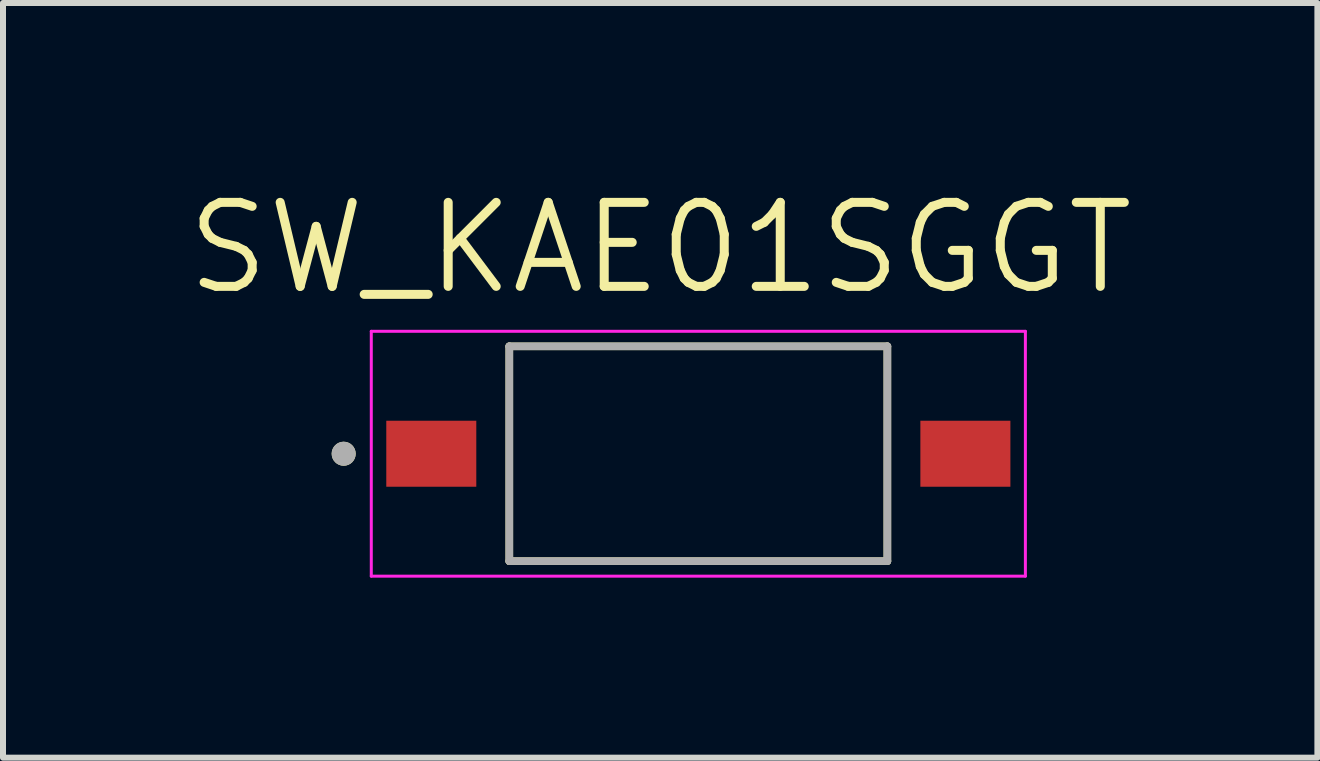
<source format=kicad_pcb>
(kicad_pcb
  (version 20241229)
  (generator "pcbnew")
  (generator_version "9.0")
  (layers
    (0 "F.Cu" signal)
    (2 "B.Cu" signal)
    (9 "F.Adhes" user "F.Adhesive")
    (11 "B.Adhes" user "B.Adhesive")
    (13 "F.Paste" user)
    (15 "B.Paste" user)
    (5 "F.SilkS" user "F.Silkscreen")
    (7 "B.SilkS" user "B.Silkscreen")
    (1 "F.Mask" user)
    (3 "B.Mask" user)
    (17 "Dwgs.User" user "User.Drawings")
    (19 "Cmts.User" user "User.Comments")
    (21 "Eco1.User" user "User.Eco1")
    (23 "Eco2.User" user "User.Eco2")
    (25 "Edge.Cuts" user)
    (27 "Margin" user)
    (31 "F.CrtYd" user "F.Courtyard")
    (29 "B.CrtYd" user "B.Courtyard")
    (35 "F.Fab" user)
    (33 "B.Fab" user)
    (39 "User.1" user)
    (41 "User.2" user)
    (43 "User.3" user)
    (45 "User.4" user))
  (footprint "SW_KAE01SGGT"
    (layer "F.Cu")
    (at 8.587 4.511)
    (property "Reference" "SW_KAE01SGGT" (at -0.635 -3.429 0) (layer "F.SilkS") (effects (font (size 1.4 1.4) (thickness 0.15))))
    (attr smd)
    (fp_line (start -3.15 -1.79) (end 3.15 -1.79) (stroke (width 0.127) (type solid)) (layer "F.SilkS"))
    (fp_line (start -3.15 1.79) (end -3.15 -1.79) (stroke (width 0.127) (type solid)) (layer "F.SilkS"))
    (fp_line (start 3.15 -1.79) (end 3.15 1.79) (stroke (width 0.127) (type solid)) (layer "F.SilkS"))
    (fp_line (start 3.15 1.79) (end -3.15 1.79) (stroke (width 0.127) (type solid)) (layer "F.SilkS"))
    (fp_circle (center -5.91 0) (end -5.81 0) (stroke (width 0.2) (type solid)) (fill no) (layer "F.SilkS"))
    (fp_line (start -5.45 -2.04) (end 5.45 -2.04) (stroke (width 0.05) (type solid)) (layer "F.CrtYd"))
    (fp_line (start -5.45 2.04) (end -5.45 -2.04) (stroke (width 0.05) (type solid)) (layer "F.CrtYd"))
    (fp_line (start 5.45 -2.04) (end 5.45 2.04) (stroke (width 0.05) (type solid)) (layer "F.CrtYd"))
    (fp_line (start 5.45 2.04) (end -5.45 2.04) (stroke (width 0.05) (type solid)) (layer "F.CrtYd"))
    (fp_line (start -3.15 -1.79) (end 3.15 -1.79) (stroke (width 0.127) (type solid)) (layer "F.Fab"))
    (fp_line (start -3.15 1.79) (end -3.15 -1.79) (stroke (width 0.127) (type solid)) (layer "F.Fab"))
    (fp_line (start 3.15 -1.79) (end 3.15 1.79) (stroke (width 0.127) (type solid)) (layer "F.Fab"))
    (fp_line (start 3.15 1.79) (end -3.15 1.79) (stroke (width 0.127) (type solid)) (layer "F.Fab"))
    (fp_circle (center -5.91 0) (end -5.81 0) (stroke (width 0.2) (type solid)) (fill no) (layer "F.Fab"))
    (pad "1" smd rect (at -4.45 0) (size 1.5 1.1) (layers "F.Cu" "F.Mask" "F.Paste"))
    (pad "2" smd rect (at 4.45 0) (size 1.5 1.1) (layers "F.Cu" "F.Mask" "F.Paste")))
  (gr_rect
    (start -3 -3)
    (end 18.903 9.576)
    (stroke (width 0.1) (type default))
    (fill no)
    (layer "Edge.Cuts")))
</source>
